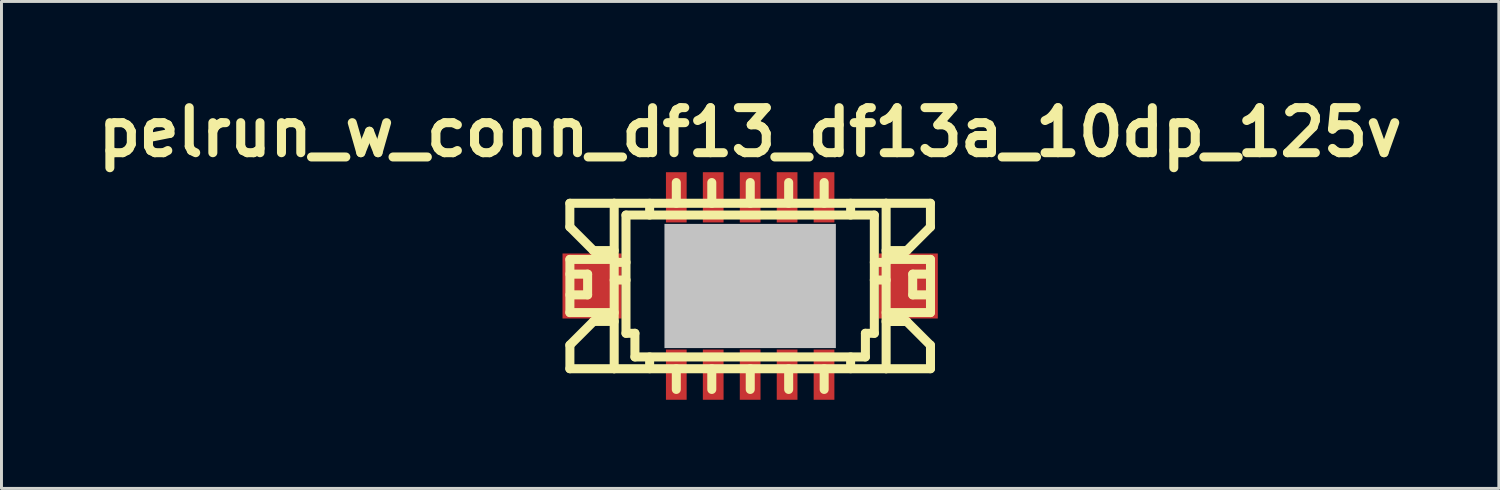
<source format=kicad_pcb>
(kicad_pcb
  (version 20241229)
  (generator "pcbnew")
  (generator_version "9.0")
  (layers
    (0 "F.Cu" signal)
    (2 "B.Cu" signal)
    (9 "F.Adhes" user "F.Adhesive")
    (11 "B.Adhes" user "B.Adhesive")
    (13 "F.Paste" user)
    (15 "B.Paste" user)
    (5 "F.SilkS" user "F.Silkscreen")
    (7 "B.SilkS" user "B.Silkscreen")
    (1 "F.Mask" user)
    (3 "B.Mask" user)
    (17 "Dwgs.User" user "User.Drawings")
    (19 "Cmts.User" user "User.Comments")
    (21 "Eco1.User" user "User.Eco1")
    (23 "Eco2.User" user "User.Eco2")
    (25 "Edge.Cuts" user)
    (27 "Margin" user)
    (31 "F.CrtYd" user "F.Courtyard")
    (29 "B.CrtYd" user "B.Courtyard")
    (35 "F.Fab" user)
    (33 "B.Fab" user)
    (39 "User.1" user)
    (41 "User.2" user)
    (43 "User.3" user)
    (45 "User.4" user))
  (footprint "pelrun_w_conn_df13_df13a_10dp_125v"
    (layer "F.Cu")
    (at 22.33 6.626)
    (property "Reference" "pelrun_w_conn_df13_df13a_10dp_125v" (at 0 -5.199 0) (layer "F.SilkS") (effects (font (size 1.524 1.524) (thickness 0.305))))
    (attr through_hole)
    (fp_line (start -6.101 -2.799) (end -6.101 -1.999) (stroke (width 0.305) (type solid)) (layer "F.SilkS"))
    (fp_line (start -6.101 -1.999) (end -5.301 -1.199) (stroke (width 0.305) (type solid)) (layer "F.SilkS"))
    (fp_line (start -6.101 -0.899) (end -4.6 -0.899) (stroke (width 0.305) (type solid)) (layer "F.SilkS"))
    (fp_line (start -6.101 0.899) (end -4.6 0.899) (stroke (width 0.305) (type solid)) (layer "F.SilkS"))
    (fp_line (start -6.101 2.799) (end -4.6 2.799) (stroke (width 0.305) (type solid)) (layer "F.SilkS"))
    (fp_line (start -6.099 -0.401) (end -5.499 -0.401) (stroke (width 0.305) (type solid)) (layer "F.SilkS"))
    (fp_line (start -6.099 0.899) (end -6.099 -0.899) (stroke (width 0.305) (type solid)) (layer "F.SilkS"))
    (fp_line (start -6.099 2.799) (end -6.099 1.999) (stroke (width 0.305) (type solid)) (layer "F.SilkS"))
    (fp_line (start -5.499 -0.401) (end -5.499 0.3) (stroke (width 0.305) (type solid)) (layer "F.SilkS"))
    (fp_line (start -5.499 0.3) (end -6.099 0.3) (stroke (width 0.305) (type solid)) (layer "F.SilkS"))
    (fp_line (start -5.301 -1.199) (end -4.6 -1.199) (stroke (width 0.305) (type solid)) (layer "F.SilkS"))
    (fp_line (start -5.301 1.199) (end -6.101 1.999) (stroke (width 0.305) (type solid)) (layer "F.SilkS"))
    (fp_line (start -4.6 -2.799) (end -6.101 -2.799) (stroke (width 0.305) (type solid)) (layer "F.SilkS"))
    (fp_line (start -4.6 -2.799) (end -4.6 2.799) (stroke (width 0.305) (type solid)) (layer "F.SilkS"))
    (fp_line (start -4.6 -0.8) (end -4.199 -0.8) (stroke (width 0.305) (type solid)) (layer "F.SilkS"))
    (fp_line (start -4.6 -0.201) (end -4.199 -0.201) (stroke (width 0.305) (type solid)) (layer "F.SilkS"))
    (fp_line (start -4.6 1.199) (end -5.301 1.199) (stroke (width 0.305) (type solid)) (layer "F.SilkS"))
    (fp_line (start -4.6 2.799) (end 4.6 2.799) (stroke (width 0.305) (type solid)) (layer "F.SilkS"))
    (fp_line (start -4.201 -2.4) (end 4.201 -2.4) (stroke (width 0.305) (type solid)) (layer "F.SilkS"))
    (fp_line (start -4.201 1.6) (end -4.201 -2.4) (stroke (width 0.305) (type solid)) (layer "F.SilkS"))
    (fp_line (start -3.899 1.6) (end -4.201 1.6) (stroke (width 0.305) (type solid)) (layer "F.SilkS"))
    (fp_line (start -3.899 2.4) (end -3.899 1.6) (stroke (width 0.305) (type solid)) (layer "F.SilkS"))
    (fp_line (start -3.401 -2.799) (end -3.401 -2.4) (stroke (width 0.305) (type solid)) (layer "F.SilkS"))
    (fp_line (start -3.401 2.4) (end -3.401 2.799) (stroke (width 0.305) (type solid)) (layer "F.SilkS"))
    (fp_line (start -2.598 -0.701) (end -2.598 -0.5) (stroke (width 0.305) (type solid)) (layer "F.SilkS"))
    (fp_line (start -2.598 -0.5) (end -2.398 -0.5) (stroke (width 0.305) (type solid)) (layer "F.SilkS"))
    (fp_line (start -2.598 0.498) (end -2.598 0.699) (stroke (width 0.305) (type solid)) (layer "F.SilkS"))
    (fp_line (start -2.598 0.699) (end -2.398 0.699) (stroke (width 0.305) (type solid)) (layer "F.SilkS"))
    (fp_line (start -2.499 -3.5) (end -2.499 -2.799) (stroke (width 0.305) (type solid)) (layer "F.SilkS"))
    (fp_line (start -2.499 2.799) (end -2.499 3.5) (stroke (width 0.305) (type solid)) (layer "F.SilkS"))
    (fp_line (start -2.398 -0.701) (end -2.598 -0.701) (stroke (width 0.305) (type solid)) (layer "F.SilkS"))
    (fp_line (start -2.398 -0.5) (end -2.398 -0.701) (stroke (width 0.305) (type solid)) (layer "F.SilkS"))
    (fp_line (start -2.398 0.498) (end -2.598 0.498) (stroke (width 0.305) (type solid)) (layer "F.SilkS"))
    (fp_line (start -2.398 0.699) (end -2.398 0.498) (stroke (width 0.305) (type solid)) (layer "F.SilkS"))
    (fp_line (start -1.298 -3.5) (end -1.298 -2.799) (stroke (width 0.305) (type solid)) (layer "F.SilkS"))
    (fp_line (start -1.298 -0.699) (end -1.1 -0.699) (stroke (width 0.305) (type solid)) (layer "F.SilkS"))
    (fp_line (start -1.298 -0.5) (end -1.298 -0.699) (stroke (width 0.305) (type solid)) (layer "F.SilkS"))
    (fp_line (start -1.298 0.5) (end -1.1 0.5) (stroke (width 0.305) (type solid)) (layer "F.SilkS"))
    (fp_line (start -1.298 0.699) (end -1.298 0.5) (stroke (width 0.305) (type solid)) (layer "F.SilkS"))
    (fp_line (start -1.298 2.799) (end -1.298 3.5) (stroke (width 0.305) (type solid)) (layer "F.SilkS"))
    (fp_line (start -1.1 -0.699) (end -1.1 -0.5) (stroke (width 0.305) (type solid)) (layer "F.SilkS"))
    (fp_line (start -1.1 -0.5) (end -1.298 -0.5) (stroke (width 0.305) (type solid)) (layer "F.SilkS"))
    (fp_line (start -1.1 0.5) (end -1.1 0.699) (stroke (width 0.305) (type solid)) (layer "F.SilkS"))
    (fp_line (start -1.1 0.699) (end -1.298 0.699) (stroke (width 0.305) (type solid)) (layer "F.SilkS"))
    (fp_line (start -0.099 -0.699) (end 0.099 -0.699) (stroke (width 0.305) (type solid)) (layer "F.SilkS"))
    (fp_line (start -0.099 -0.5) (end -0.099 -0.699) (stroke (width 0.305) (type solid)) (layer "F.SilkS"))
    (fp_line (start -0.099 0.5) (end 0.099 0.5) (stroke (width 0.305) (type solid)) (layer "F.SilkS"))
    (fp_line (start -0.099 0.699) (end -0.099 0.5) (stroke (width 0.305) (type solid)) (layer "F.SilkS"))
    (fp_line (start 0.003 -3.5) (end 0.003 -2.799) (stroke (width 0.305) (type solid)) (layer "F.SilkS"))
    (fp_line (start 0.003 2.799) (end 0.003 3.5) (stroke (width 0.305) (type solid)) (layer "F.SilkS"))
    (fp_line (start 0.099 -0.699) (end 0.099 -0.5) (stroke (width 0.305) (type solid)) (layer "F.SilkS"))
    (fp_line (start 0.099 -0.5) (end -0.099 -0.5) (stroke (width 0.305) (type solid)) (layer "F.SilkS"))
    (fp_line (start 0.099 0.5) (end 0.099 0.699) (stroke (width 0.305) (type solid)) (layer "F.SilkS"))
    (fp_line (start 0.099 0.699) (end -0.099 0.699) (stroke (width 0.305) (type solid)) (layer "F.SilkS"))
    (fp_line (start 1.1 -0.699) (end 1.298 -0.699) (stroke (width 0.305) (type solid)) (layer "F.SilkS"))
    (fp_line (start 1.1 -0.5) (end 1.1 -0.699) (stroke (width 0.305) (type solid)) (layer "F.SilkS"))
    (fp_line (start 1.1 0.5) (end 1.298 0.5) (stroke (width 0.305) (type solid)) (layer "F.SilkS"))
    (fp_line (start 1.1 0.699) (end 1.1 0.5) (stroke (width 0.305) (type solid)) (layer "F.SilkS"))
    (fp_line (start 1.298 -0.699) (end 1.298 -0.5) (stroke (width 0.305) (type solid)) (layer "F.SilkS"))
    (fp_line (start 1.298 -0.5) (end 1.1 -0.5) (stroke (width 0.305) (type solid)) (layer "F.SilkS"))
    (fp_line (start 1.298 0.5) (end 1.298 0.699) (stroke (width 0.305) (type solid)) (layer "F.SilkS"))
    (fp_line (start 1.298 0.699) (end 1.1 0.699) (stroke (width 0.305) (type solid)) (layer "F.SilkS"))
    (fp_line (start 1.303 -3.5) (end 1.303 -2.799) (stroke (width 0.305) (type solid)) (layer "F.SilkS"))
    (fp_line (start 1.303 2.799) (end 1.303 3.5) (stroke (width 0.305) (type solid)) (layer "F.SilkS"))
    (fp_line (start 2.403 -0.701) (end 2.603 -0.701) (stroke (width 0.305) (type solid)) (layer "F.SilkS"))
    (fp_line (start 2.403 -0.5) (end 2.403 -0.701) (stroke (width 0.305) (type solid)) (layer "F.SilkS"))
    (fp_line (start 2.403 0.498) (end 2.603 0.498) (stroke (width 0.305) (type solid)) (layer "F.SilkS"))
    (fp_line (start 2.403 0.699) (end 2.403 0.498) (stroke (width 0.305) (type solid)) (layer "F.SilkS"))
    (fp_line (start 2.504 -3.5) (end 2.504 -2.799) (stroke (width 0.305) (type solid)) (layer "F.SilkS"))
    (fp_line (start 2.504 2.799) (end 2.504 3.5) (stroke (width 0.305) (type solid)) (layer "F.SilkS"))
    (fp_line (start 2.603 -0.701) (end 2.603 -0.5) (stroke (width 0.305) (type solid)) (layer "F.SilkS"))
    (fp_line (start 2.603 -0.5) (end 2.403 -0.5) (stroke (width 0.305) (type solid)) (layer "F.SilkS"))
    (fp_line (start 2.603 0.498) (end 2.603 0.699) (stroke (width 0.305) (type solid)) (layer "F.SilkS"))
    (fp_line (start 2.603 0.699) (end 2.403 0.699) (stroke (width 0.305) (type solid)) (layer "F.SilkS"))
    (fp_line (start 3.399 -2.799) (end 3.399 -2.4) (stroke (width 0.305) (type solid)) (layer "F.SilkS"))
    (fp_line (start 3.399 2.4) (end 3.399 2.799) (stroke (width 0.305) (type solid)) (layer "F.SilkS"))
    (fp_line (start 3.899 1.6) (end 3.899 2.4) (stroke (width 0.305) (type solid)) (layer "F.SilkS"))
    (fp_line (start 3.899 2.4) (end -3.899 2.4) (stroke (width 0.305) (type solid)) (layer "F.SilkS"))
    (fp_line (start 4.201 -2.4) (end 4.201 1.6) (stroke (width 0.305) (type solid)) (layer "F.SilkS"))
    (fp_line (start 4.201 -0.201) (end 4.602 -0.201) (stroke (width 0.305) (type solid)) (layer "F.SilkS"))
    (fp_line (start 4.201 1.6) (end 3.899 1.6) (stroke (width 0.305) (type solid)) (layer "F.SilkS"))
    (fp_line (start 4.597 -1.199) (end 5.298 -1.199) (stroke (width 0.305) (type solid)) (layer "F.SilkS"))
    (fp_line (start 4.597 1.201) (end 5.298 1.201) (stroke (width 0.305) (type solid)) (layer "F.SilkS"))
    (fp_line (start 4.6 -2.799) (end -4.6 -2.799) (stroke (width 0.305) (type solid)) (layer "F.SilkS"))
    (fp_line (start 4.6 2.799) (end 4.6 -2.799) (stroke (width 0.305) (type solid)) (layer "F.SilkS"))
    (fp_line (start 4.6 2.799) (end 6.101 2.799) (stroke (width 0.305) (type solid)) (layer "F.SilkS"))
    (fp_line (start 4.602 -0.8) (end 4.201 -0.8) (stroke (width 0.305) (type solid)) (layer "F.SilkS"))
    (fp_line (start 5.296 1.201) (end 6.096 2.002) (stroke (width 0.305) (type solid)) (layer "F.SilkS"))
    (fp_line (start 5.301 -1.199) (end 6.101 -1.999) (stroke (width 0.305) (type solid)) (layer "F.SilkS"))
    (fp_line (start 5.499 -0.401) (end 5.499 0.3) (stroke (width 0.305) (type solid)) (layer "F.SilkS"))
    (fp_line (start 5.502 -0.401) (end 6.101 -0.401) (stroke (width 0.305) (type solid)) (layer "F.SilkS"))
    (fp_line (start 5.502 0.3) (end 6.101 0.3) (stroke (width 0.305) (type solid)) (layer "F.SilkS"))
    (fp_line (start 6.099 -2.799) (end 4.597 -2.799) (stroke (width 0.305) (type solid)) (layer "F.SilkS"))
    (fp_line (start 6.099 -2.799) (end 6.099 -1.999) (stroke (width 0.305) (type solid)) (layer "F.SilkS"))
    (fp_line (start 6.099 -0.899) (end 4.6 -0.899) (stroke (width 0.305) (type solid)) (layer "F.SilkS"))
    (fp_line (start 6.099 0.899) (end 4.6 0.899) (stroke (width 0.305) (type solid)) (layer "F.SilkS"))
    (fp_line (start 6.101 -0.899) (end 6.101 0.899) (stroke (width 0.305) (type solid)) (layer "F.SilkS"))
    (fp_line (start 6.101 2.799) (end 6.101 1.999) (stroke (width 0.305) (type solid)) (layer "F.SilkS"))
    (pad "" smd rect (at -5.349 0) (size 1.999 2.2) (layers "F.Cu" "F.Mask" "F.Paste"))
    (pad "" smd rect (at 0 0) (size 5.799 4.201) (layers "Dwgs.User"))
    (pad "" smd rect (at 5.349 0) (size 1.999 2.2) (layers "F.Cu" "F.Mask" "F.Paste"))
    (pad "1" smd rect (at -2.499 -3) (size 0.701 1.699) (layers "F.Cu" "F.Mask" "F.Paste"))
    (pad "2" smd rect (at -2.499 3) (size 0.701 1.699) (layers "F.Cu" "F.Mask" "F.Paste"))
    (pad "3" smd rect (at -1.25 -3) (size 0.701 1.699) (layers "F.Cu" "F.Mask" "F.Paste"))
    (pad "3" smd rect (at -1.25 3) (size 0.701 1.699) (layers "F.Cu" "F.Mask" "F.Paste"))
    (pad "4" smd rect (at 0 3) (size 0.701 1.699) (layers "F.Cu" "F.Mask" "F.Paste"))
    (pad "5" smd rect (at 0 -3) (size 0.701 1.699) (layers "F.Cu" "F.Mask" "F.Paste"))
    (pad "5" smd rect (at 1.25 3) (size 0.701 1.699) (layers "F.Cu" "F.Mask" "F.Paste"))
    (pad "6" smd rect (at 2.499 3) (size 0.701 1.699) (layers "F.Cu" "F.Mask" "F.Paste"))
    (pad "7" smd rect (at 1.25 -3) (size 0.701 1.699) (layers "F.Cu" "F.Mask" "F.Paste"))
    (pad "9" smd rect (at 2.499 -3) (size 0.701 1.699) (layers "F.Cu" "F.Mask" "F.Paste")))
  (gr_rect
    (start -3 -3)
    (end 47.66 13.475)
    (stroke (width 0.1) (type default))
    (fill no)
    (layer "Edge.Cuts")))
</source>
